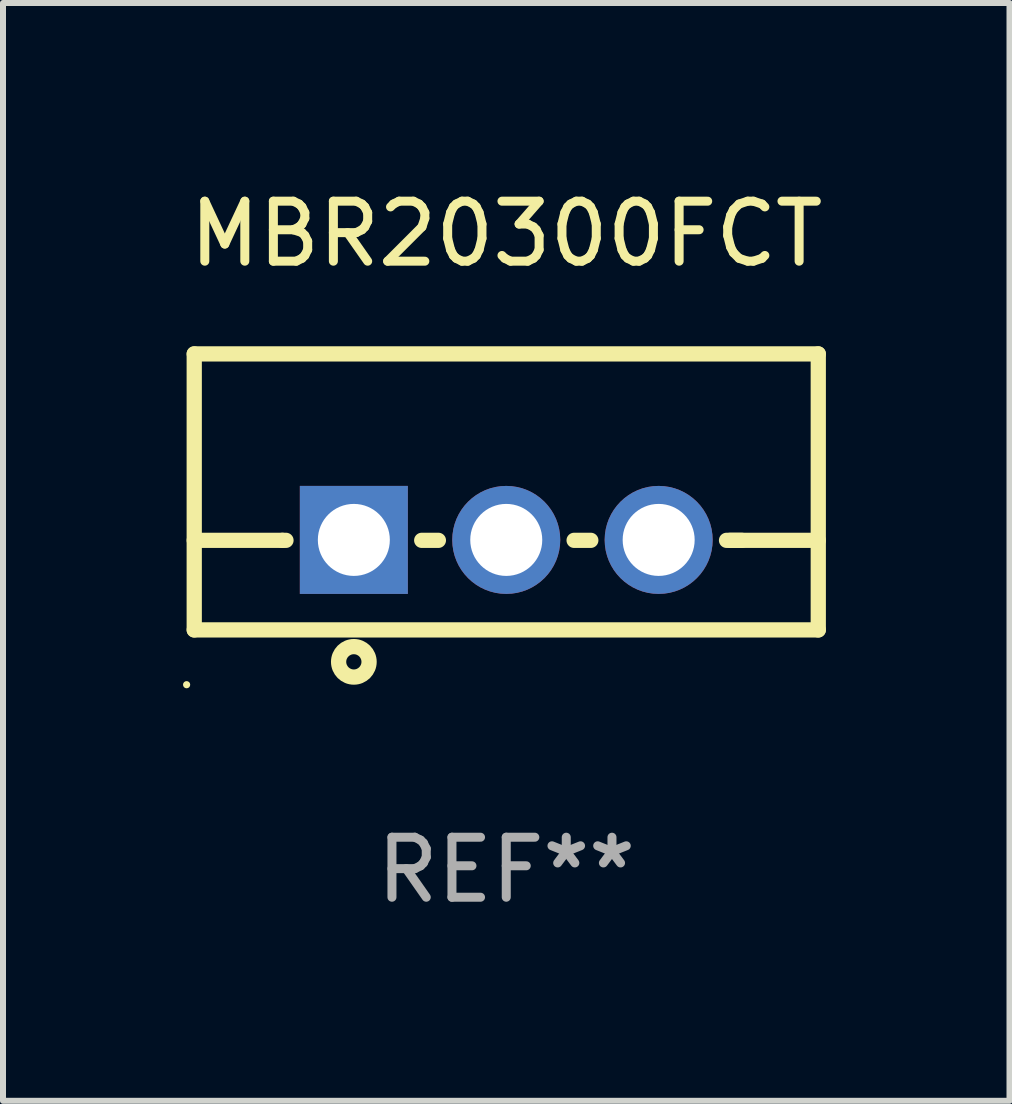
<source format=kicad_pcb>
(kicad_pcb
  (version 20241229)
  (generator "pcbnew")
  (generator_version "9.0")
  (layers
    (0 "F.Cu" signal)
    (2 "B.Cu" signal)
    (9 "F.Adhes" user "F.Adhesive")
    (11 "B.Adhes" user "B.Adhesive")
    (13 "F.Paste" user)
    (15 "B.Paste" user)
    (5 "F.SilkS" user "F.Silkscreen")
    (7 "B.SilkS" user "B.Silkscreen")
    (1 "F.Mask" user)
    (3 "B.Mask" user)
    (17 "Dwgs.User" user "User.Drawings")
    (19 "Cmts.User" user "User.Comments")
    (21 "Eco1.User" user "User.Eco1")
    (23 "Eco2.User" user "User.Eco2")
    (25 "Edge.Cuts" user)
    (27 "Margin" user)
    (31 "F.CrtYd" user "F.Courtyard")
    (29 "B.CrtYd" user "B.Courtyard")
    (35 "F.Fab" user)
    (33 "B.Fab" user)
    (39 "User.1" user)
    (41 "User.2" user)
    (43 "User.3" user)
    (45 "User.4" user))
  (footprint "MBR20300FCT"
    (layer "F.Cu")
    (at 5.387 5.148)
    (property "Reference" "MBR20300FCT" (at 0 -4.3 0) (layer "F.SilkS") (effects (font (size 1 1) (thickness 0.15))))
    (attr through_hole)
    (fp_line (start -5.2 -2.3) (end -5.2 2.3) (stroke (width 0.254) (type solid)) (layer "F.SilkS"))
    (fp_line (start -5.2 -2.3) (end 5.2 -2.3) (stroke (width 0.254) (type solid)) (layer "F.SilkS"))
    (fp_line (start -5.2 0.807) (end -3.731 0.807) (stroke (width 0.254) (type solid)) (layer "F.SilkS"))
    (fp_line (start -5.2 2.3) (end 5.2 2.3) (stroke (width 0.254) (type solid)) (layer "F.SilkS"))
    (fp_line (start -3.731 0.807) (end -3.671 0.807) (stroke (width 0.254) (type solid)) (layer "F.SilkS"))
    (fp_line (start -1.409 0.807) (end -1.131 0.807) (stroke (width 0.254) (type solid)) (layer "F.SilkS"))
    (fp_line (start 1.131 0.807) (end 1.409 0.807) (stroke (width 0.254) (type solid)) (layer "F.SilkS"))
    (fp_line (start 3.671 0.807) (end 3.926 0.807) (stroke (width 0.254) (type solid)) (layer "F.SilkS"))
    (fp_line (start 3.731 0.807) (end 5.2 0.807) (stroke (width 0.254) (type solid)) (layer "F.SilkS"))
    (fp_line (start 5.2 -2.3) (end 5.2 2.3) (stroke (width 0.254) (type solid)) (layer "F.SilkS"))
    (fp_circle (center -5.327 3.213) (end -5.297 3.213) (stroke (width 0.06) (type solid)) (fill no) (layer "F.SilkS"))
    (fp_circle (center -2.54 2.832) (end -2.286 2.832) (stroke (width 0.254) (type solid)) (fill no) (layer "F.SilkS"))
    (fp_text user "REF**" (at 0 6.3 0) (layer "F.Fab") (effects (font (size 1 1) (thickness 0.15))))
    (pad "1" thru_hole rect (at -2.54 0.8) (size 1.8 1.8) (drill 1.2) (layers "*.Cu" "*.Mask"))
    (pad "2" thru_hole circle (at 0 0.8) (size 1.8 1.8) (drill 1.2) (layers "*.Cu" "*.Mask"))
    (pad "3" thru_hole circle (at 2.54 0.8) (size 1.8 1.8) (drill 1.2) (layers "*.Cu" "*.Mask")))
  (gr_rect
    (start -3 -3)
    (end 13.774 15.296)
    (stroke (width 0.1) (type default))
    (fill no)
    (layer "Edge.Cuts")))
</source>
